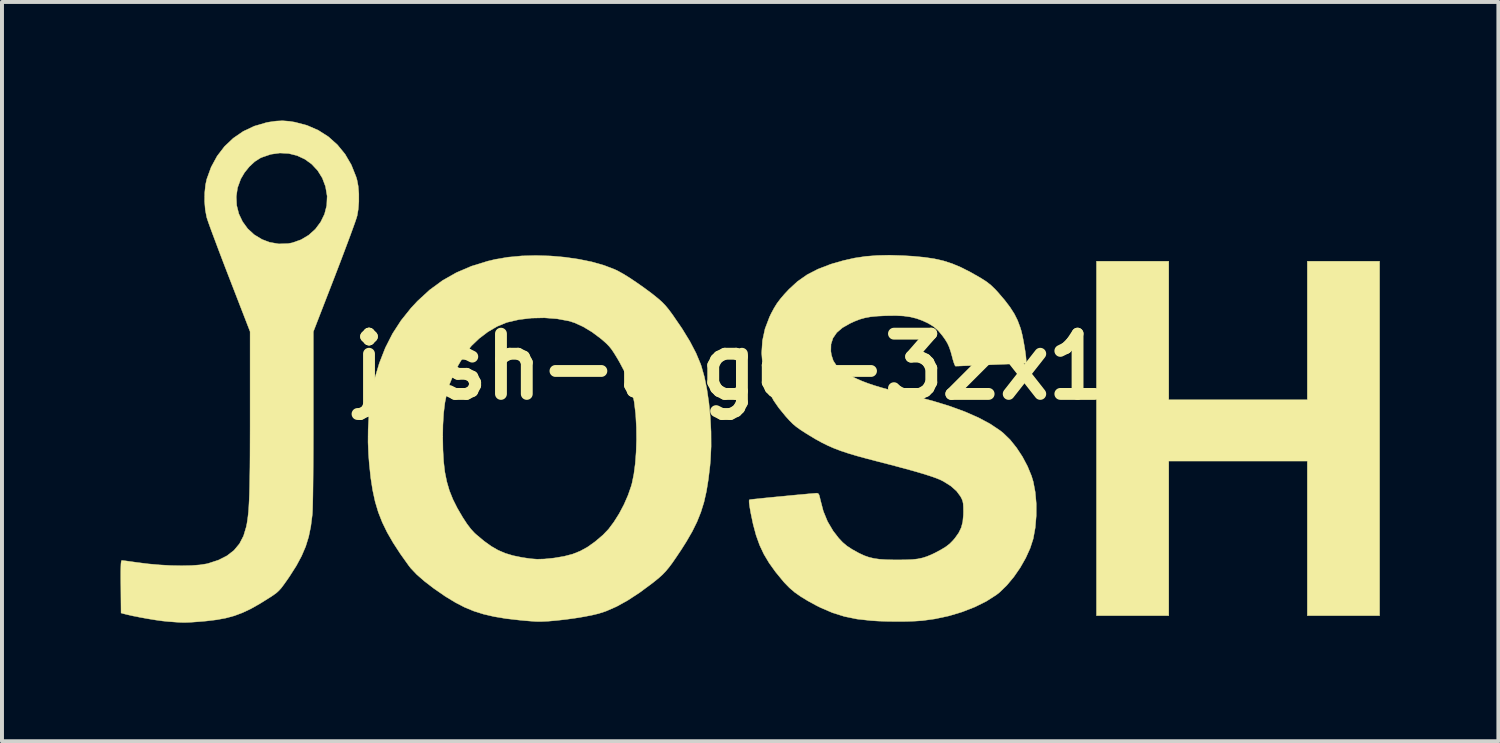
<source format=kicad_pcb>
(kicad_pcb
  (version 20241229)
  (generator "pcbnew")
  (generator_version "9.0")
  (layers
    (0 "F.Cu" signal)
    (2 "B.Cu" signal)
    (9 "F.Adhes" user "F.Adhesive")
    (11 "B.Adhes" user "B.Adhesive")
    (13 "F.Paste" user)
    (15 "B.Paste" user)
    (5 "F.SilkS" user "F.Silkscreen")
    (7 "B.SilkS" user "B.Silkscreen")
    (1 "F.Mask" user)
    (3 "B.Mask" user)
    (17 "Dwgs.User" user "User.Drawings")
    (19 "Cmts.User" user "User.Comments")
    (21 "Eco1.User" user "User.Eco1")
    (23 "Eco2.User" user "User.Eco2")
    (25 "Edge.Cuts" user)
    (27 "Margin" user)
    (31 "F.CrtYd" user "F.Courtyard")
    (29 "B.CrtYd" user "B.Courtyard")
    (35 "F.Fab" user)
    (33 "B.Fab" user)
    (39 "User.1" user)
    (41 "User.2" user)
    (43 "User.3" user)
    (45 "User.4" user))
  (footprint "josh-logo-32x14"
    (layer "F.Cu")
    (at 16.155 6.226)
    (property "Reference" "josh-logo-32x14" (at 0 0 0) (layer "F.SilkS") (effects (font (size 1.524 1.524) (thickness 0.3))))
    (attr through_hole)
    (fp_poly (pts (xy 10.363 0.838) (xy 13.868 0.838) (xy 13.868 -2.667) (xy 15.697 -2.667) (xy 15.697 6.299) (xy 13.868 6.299) (xy 13.868 2.388) (xy 10.363 2.388) (xy 10.363 6.299) (xy 8.534 6.299) (xy 8.534 -2.667) (xy 10.363 -2.667) (xy 10.363 0.838)) (stroke (width 0.01) (type solid)) (fill yes) (layer "F.SilkS"))
    (fp_poly (pts (xy -11.886 -6.208) (xy -11.748 -6.186) (xy -11.439 -6.105) (xy -11.154 -5.981) (xy -10.897 -5.817) (xy -10.67 -5.614) (xy -10.475 -5.376) (xy -10.317 -5.105) (xy -10.197 -4.804) (xy -10.173 -4.724) (xy -10.143 -4.566) (xy -10.127 -4.376) (xy -10.127 -4.175) (xy -10.142 -3.981) (xy -10.171 -3.811) (xy -10.172 -3.81) (xy -10.19 -3.751) (xy -10.224 -3.65) (xy -10.274 -3.511) (xy -10.336 -3.34) (xy -10.41 -3.142) (xy -10.493 -2.921) (xy -10.583 -2.682) (xy -10.679 -2.432) (xy -10.748 -2.252) (xy -11.278 -0.885) (xy -11.278 1.293) (xy -11.278 1.701) (xy -11.279 2.08) (xy -11.281 2.428) (xy -11.283 2.741) (xy -11.286 3.019) (xy -11.289 3.257) (xy -11.293 3.453) (xy -11.297 3.606) (xy -11.302 3.711) (xy -11.305 3.748) (xy -11.342 4.04) (xy -11.396 4.303) (xy -11.472 4.549) (xy -11.575 4.789) (xy -11.707 5.035) (xy -11.874 5.297) (xy -11.933 5.384) (xy -12.019 5.505) (xy -12.086 5.595) (xy -12.146 5.662) (xy -12.206 5.718) (xy -12.279 5.772) (xy -12.373 5.835) (xy -12.385 5.842) (xy -12.636 5.999) (xy -12.861 6.126) (xy -13.071 6.225) (xy -13.277 6.302) (xy -13.491 6.36) (xy -13.723 6.403) (xy -13.986 6.435) (xy -14.162 6.45) (xy -14.305 6.461) (xy -14.414 6.468) (xy -14.504 6.471) (xy -14.587 6.471) (xy -14.678 6.468) (xy -14.79 6.46) (xy -14.937 6.449) (xy -14.961 6.447) (xy -15.097 6.433) (xy -15.268 6.409) (xy -15.458 6.378) (xy -15.652 6.343) (xy -15.836 6.307) (xy -15.994 6.271) (xy -16.066 6.253) (xy -16.142 6.232) (xy -16.148 5.567) (xy -16.15 5.358) (xy -16.15 5.195) (xy -16.148 5.073) (xy -16.145 4.988) (xy -16.139 4.934) (xy -16.13 4.907) (xy -16.123 4.902) (xy -16.087 4.906) (xy -16.011 4.915) (xy -15.906 4.93) (xy -15.781 4.947) (xy -15.748 4.952) (xy -15.455 4.989) (xy -15.163 5.015) (xy -14.878 5.031) (xy -14.61 5.036) (xy -14.365 5.031) (xy -14.153 5.015) (xy -13.979 4.988) (xy -13.941 4.979) (xy -13.68 4.894) (xy -13.463 4.784) (xy -13.286 4.647) (xy -13.147 4.48) (xy -13.044 4.282) (xy -12.975 4.052) (xy -12.958 3.969) (xy -12.944 3.879) (xy -12.931 3.781) (xy -12.919 3.67) (xy -12.91 3.543) (xy -12.902 3.396) (xy -12.895 3.226) (xy -12.89 3.03) (xy -12.886 2.803) (xy -12.882 2.542) (xy -12.88 2.245) (xy -12.879 1.906) (xy -12.878 1.523) (xy -12.878 1.152) (xy -12.878 -0.887) (xy -13.402 -2.24) (xy -13.501 -2.496) (xy -13.595 -2.742) (xy -13.683 -2.974) (xy -13.763 -3.188) (xy -13.834 -3.377) (xy -13.893 -3.538) (xy -13.938 -3.664) (xy -13.967 -3.751) (xy -13.977 -3.785) (xy -14.012 -3.97) (xy -14.029 -4.18) (xy -14.027 -4.302) (xy -13.228 -4.302) (xy -13.217 -4.08) (xy -13.163 -3.867) (xy -13.069 -3.669) (xy -12.939 -3.491) (xy -12.774 -3.339) (xy -12.578 -3.22) (xy -12.387 -3.147) (xy -12.152 -3.106) (xy -11.916 -3.114) (xy -11.811 -3.134) (xy -11.591 -3.211) (xy -11.395 -3.328) (xy -11.227 -3.479) (xy -11.093 -3.659) (xy -10.995 -3.86) (xy -10.939 -4.078) (xy -10.929 -4.306) (xy -10.929 -4.317) (xy -10.97 -4.557) (xy -11.051 -4.773) (xy -11.169 -4.962) (xy -11.318 -5.122) (xy -11.493 -5.249) (xy -11.689 -5.34) (xy -11.901 -5.393) (xy -12.124 -5.405) (xy -12.354 -5.373) (xy -12.584 -5.294) (xy -12.623 -5.276) (xy -12.762 -5.187) (xy -12.898 -5.06) (xy -13.02 -4.909) (xy -13.114 -4.749) (xy -13.195 -4.527) (xy -13.228 -4.302) (xy -14.027 -4.302) (xy -14.026 -4.398) (xy -14.005 -4.602) (xy -13.974 -4.745) (xy -13.863 -5.05) (xy -13.712 -5.327) (xy -13.525 -5.571) (xy -13.303 -5.781) (xy -13.052 -5.953) (xy -12.772 -6.085) (xy -12.468 -6.174) (xy -12.408 -6.186) (xy -12.221 -6.213) (xy -12.055 -6.221) (xy -11.886 -6.208)) (stroke (width 0.01) (type solid)) (fill yes) (layer "F.SilkS"))
    (fp_poly (pts (xy -5.283 -2.801) (xy -4.919 -2.77) (xy -4.566 -2.719) (xy -4.232 -2.651) (xy -3.926 -2.564) (xy -3.656 -2.461) (xy -3.569 -2.419) (xy -3.439 -2.347) (xy -3.28 -2.249) (xy -3.104 -2.131) (xy -2.92 -2.002) (xy -2.738 -1.868) (xy -2.679 -1.822) (xy -2.554 -1.721) (xy -2.456 -1.634) (xy -2.372 -1.547) (xy -2.288 -1.446) (xy -2.192 -1.316) (xy -2.188 -1.31) (xy -1.949 -0.962) (xy -1.752 -0.64) (xy -1.597 -0.343) (xy -1.482 -0.069) (xy -1.463 -0.015) (xy -1.385 0.26) (xy -1.321 0.575) (xy -1.271 0.918) (xy -1.236 1.279) (xy -1.217 1.648) (xy -1.215 2.015) (xy -1.232 2.368) (xy -1.243 2.502) (xy -1.284 2.847) (xy -1.333 3.151) (xy -1.395 3.426) (xy -1.474 3.68) (xy -1.572 3.925) (xy -1.693 4.17) (xy -1.841 4.426) (xy -1.974 4.636) (xy -2.094 4.815) (xy -2.194 4.96) (xy -2.281 5.077) (xy -2.362 5.174) (xy -2.444 5.26) (xy -2.534 5.341) (xy -2.639 5.427) (xy -2.697 5.473) (xy -3.023 5.715) (xy -3.326 5.913) (xy -3.61 6.07) (xy -3.876 6.186) (xy -4.06 6.246) (xy -4.227 6.286) (xy -4.429 6.325) (xy -4.653 6.362) (xy -4.886 6.394) (xy -5.115 6.42) (xy -5.328 6.439) (xy -5.512 6.448) (xy -5.601 6.448) (xy -5.675 6.445) (xy -5.785 6.437) (xy -5.917 6.426) (xy -6.056 6.413) (xy -6.065 6.412) (xy -6.405 6.373) (xy -6.704 6.323) (xy -6.972 6.261) (xy -7.217 6.184) (xy -7.449 6.088) (xy -7.678 5.97) (xy -7.912 5.828) (xy -7.95 5.804) (xy -8.228 5.612) (xy -8.465 5.43) (xy -8.66 5.26) (xy -8.809 5.103) (xy -8.864 5.034) (xy -9.078 4.733) (xy -9.259 4.455) (xy -9.41 4.193) (xy -9.534 3.938) (xy -9.635 3.681) (xy -9.715 3.413) (xy -9.777 3.126) (xy -9.826 2.811) (xy -9.863 2.46) (xy -9.881 2.229) (xy -9.894 1.913) (xy -9.893 1.763) (xy -8.004 1.763) (xy -7.999 2.103) (xy -7.982 2.401) (xy -7.951 2.667) (xy -7.902 2.909) (xy -7.836 3.135) (xy -7.748 3.355) (xy -7.637 3.577) (xy -7.501 3.81) (xy -7.499 3.813) (xy -7.391 3.978) (xy -7.293 4.107) (xy -7.198 4.21) (xy -7.157 4.247) (xy -6.961 4.411) (xy -6.781 4.541) (xy -6.606 4.642) (xy -6.425 4.72) (xy -6.226 4.78) (xy -5.997 4.827) (xy -5.779 4.859) (xy -5.617 4.871) (xy -5.433 4.866) (xy -5.215 4.844) (xy -5.182 4.84) (xy -4.934 4.798) (xy -4.719 4.742) (xy -4.526 4.665) (xy -4.341 4.563) (xy -4.154 4.43) (xy -3.952 4.259) (xy -3.947 4.254) (xy -3.81 4.111) (xy -3.673 3.927) (xy -3.54 3.716) (xy -3.419 3.487) (xy -3.316 3.251) (xy -3.236 3.02) (xy -3.215 2.944) (xy -3.169 2.717) (xy -3.134 2.452) (xy -3.112 2.159) (xy -3.102 1.849) (xy -3.105 1.534) (xy -3.122 1.224) (xy -3.126 1.181) (xy -3.16 0.896) (xy -3.212 0.638) (xy -3.287 0.395) (xy -3.391 0.152) (xy -3.526 -0.104) (xy -3.586 -0.208) (xy -3.665 -0.337) (xy -3.729 -0.433) (xy -3.791 -0.511) (xy -3.859 -0.582) (xy -3.945 -0.659) (xy -4.012 -0.715) (xy -4.229 -0.877) (xy -4.45 -1.01) (xy -4.666 -1.109) (xy -4.809 -1.155) (xy -5.11 -1.211) (xy -5.432 -1.236) (xy -5.758 -1.229) (xy -6.076 -1.191) (xy -6.369 -1.123) (xy -6.401 -1.113) (xy -6.631 -1.017) (xy -6.862 -0.881) (xy -7.081 -0.715) (xy -7.277 -0.528) (xy -7.436 -0.329) (xy -7.465 -0.285) (xy -7.612 -0.036) (xy -7.732 0.199) (xy -7.827 0.428) (xy -7.898 0.661) (xy -7.949 0.907) (xy -7.982 1.177) (xy -8 1.478) (xy -8.004 1.763) (xy -9.893 1.763) (xy -9.891 1.579) (xy -9.873 1.241) (xy -9.84 0.913) (xy -9.794 0.607) (xy -9.738 0.343) (xy -9.61 -0.086) (xy -9.457 -0.477) (xy -9.275 -0.835) (xy -9.059 -1.168) (xy -8.807 -1.483) (xy -8.642 -1.66) (xy -8.336 -1.941) (xy -8.01 -2.18) (xy -7.659 -2.379) (xy -7.279 -2.542) (xy -6.864 -2.67) (xy -6.67 -2.716) (xy -6.351 -2.77) (xy -6.008 -2.802) (xy -5.649 -2.812) (xy -5.283 -2.801)) (stroke (width 0.01) (type solid)) (fill yes) (layer "F.SilkS"))
    (fp_poly (pts (xy 3.643 -2.809) (xy 3.894 -2.794) (xy 4.179 -2.767) (xy 4.43 -2.73) (xy 4.66 -2.678) (xy 4.881 -2.607) (xy 5.105 -2.513) (xy 5.342 -2.393) (xy 5.605 -2.243) (xy 5.61 -2.24) (xy 5.748 -2.152) (xy 5.863 -2.062) (xy 5.974 -1.955) (xy 6.042 -1.881) (xy 6.213 -1.681) (xy 6.349 -1.502) (xy 6.456 -1.335) (xy 6.539 -1.169) (xy 6.604 -0.995) (xy 6.63 -0.91) (xy 6.656 -0.804) (xy 6.683 -0.67) (xy 6.709 -0.525) (xy 6.732 -0.382) (xy 6.748 -0.257) (xy 6.756 -0.163) (xy 6.756 -0.15) (xy 6.756 -0.084) (xy 5.874 -0.049) (xy 5.667 -0.041) (xy 5.475 -0.033) (xy 5.306 -0.026) (xy 5.164 -0.021) (xy 5.057 -0.016) (xy 4.989 -0.014) (xy 4.967 -0.013) (xy 4.951 -0.036) (xy 4.927 -0.097) (xy 4.9 -0.185) (xy 4.889 -0.229) (xy 4.848 -0.378) (xy 4.809 -0.493) (xy 4.765 -0.59) (xy 4.708 -0.684) (xy 4.639 -0.781) (xy 4.531 -0.911) (xy 4.415 -1.013) (xy 4.276 -1.098) (xy 4.13 -1.166) (xy 3.98 -1.22) (xy 3.826 -1.258) (xy 3.656 -1.282) (xy 3.46 -1.292) (xy 3.227 -1.289) (xy 3.188 -1.288) (xy 2.986 -1.278) (xy 2.822 -1.262) (xy 2.68 -1.236) (xy 2.548 -1.199) (xy 2.412 -1.146) (xy 2.301 -1.095) (xy 2.109 -0.986) (xy 1.965 -0.863) (xy 1.868 -0.723) (xy 1.818 -0.567) (xy 1.814 -0.391) (xy 1.829 -0.293) (xy 1.877 -0.147) (xy 1.961 -0.021) (xy 2.086 0.091) (xy 2.211 0.172) (xy 2.338 0.242) (xy 2.465 0.305) (xy 2.597 0.363) (xy 2.741 0.418) (xy 2.903 0.473) (xy 3.088 0.529) (xy 3.304 0.589) (xy 3.556 0.654) (xy 3.851 0.727) (xy 3.899 0.738) (xy 4.384 0.865) (xy 4.819 0.998) (xy 5.207 1.14) (xy 5.547 1.289) (xy 5.841 1.446) (xy 6.091 1.613) (xy 6.179 1.683) (xy 6.348 1.847) (xy 6.511 2.05) (xy 6.661 2.278) (xy 6.79 2.521) (xy 6.89 2.764) (xy 6.935 2.911) (xy 6.985 3.176) (xy 7.011 3.469) (xy 7.01 3.773) (xy 6.985 4.072) (xy 6.935 4.348) (xy 6.933 4.356) (xy 6.856 4.593) (xy 6.744 4.84) (xy 6.604 5.086) (xy 6.442 5.32) (xy 6.266 5.531) (xy 6.085 5.707) (xy 5.998 5.775) (xy 5.748 5.935) (xy 5.458 6.079) (xy 5.138 6.204) (xy 4.798 6.306) (xy 4.447 6.381) (xy 4.129 6.425) (xy 3.948 6.437) (xy 3.731 6.445) (xy 3.493 6.447) (xy 3.248 6.444) (xy 3.013 6.436) (xy 2.828 6.424) (xy 2.477 6.385) (xy 2.158 6.32) (xy 1.858 6.226) (xy 1.563 6.1) (xy 1.448 6.043) (xy 1.228 5.923) (xy 1.047 5.812) (xy 0.895 5.705) (xy 0.765 5.593) (xy 0.646 5.471) (xy 0.615 5.436) (xy 0.416 5.194) (xy 0.253 4.967) (xy 0.12 4.744) (xy 0.012 4.514) (xy -0.077 4.266) (xy -0.152 3.987) (xy -0.212 3.7) (xy -0.238 3.551) (xy -0.252 3.447) (xy -0.254 3.387) (xy -0.244 3.365) (xy -0.213 3.361) (xy -0.138 3.352) (xy -0.028 3.341) (xy 0.111 3.326) (xy 0.272 3.31) (xy 0.446 3.293) (xy 0.628 3.276) (xy 0.808 3.258) (xy 0.98 3.242) (xy 1.137 3.228) (xy 1.272 3.215) (xy 1.376 3.207) (xy 1.443 3.201) (xy 1.463 3.2) (xy 1.493 3.209) (xy 1.516 3.242) (xy 1.535 3.309) (xy 1.546 3.359) (xy 1.623 3.654) (xy 1.73 3.916) (xy 1.871 4.155) (xy 2.011 4.336) (xy 2.111 4.443) (xy 2.22 4.535) (xy 2.351 4.621) (xy 2.515 4.712) (xy 2.541 4.725) (xy 2.662 4.781) (xy 2.78 4.822) (xy 2.906 4.852) (xy 3.049 4.872) (xy 3.221 4.883) (xy 3.431 4.888) (xy 3.493 4.888) (xy 3.7 4.886) (xy 3.868 4.879) (xy 4.008 4.864) (xy 4.129 4.839) (xy 4.243 4.803) (xy 4.361 4.754) (xy 4.453 4.71) (xy 4.608 4.627) (xy 4.728 4.553) (xy 4.824 4.478) (xy 4.908 4.392) (xy 4.953 4.339) (xy 5.049 4.204) (xy 5.113 4.072) (xy 5.151 3.926) (xy 5.167 3.753) (xy 5.169 3.67) (xy 5.167 3.55) (xy 5.162 3.465) (xy 5.149 3.401) (xy 5.126 3.342) (xy 5.095 3.283) (xy 4.994 3.147) (xy 4.848 3.018) (xy 4.663 2.902) (xy 4.598 2.869) (xy 4.497 2.826) (xy 4.354 2.775) (xy 4.169 2.716) (xy 3.939 2.648) (xy 3.664 2.572) (xy 3.342 2.486) (xy 3.023 2.404) (xy 2.728 2.327) (xy 2.475 2.258) (xy 2.257 2.193) (xy 2.067 2.13) (xy 1.896 2.065) (xy 1.738 1.996) (xy 1.584 1.92) (xy 1.428 1.834) (xy 1.262 1.734) (xy 1.181 1.684) (xy 1.045 1.596) (xy 0.94 1.521) (xy 0.852 1.447) (xy 0.767 1.362) (xy 0.67 1.254) (xy 0.664 1.247) (xy 0.498 1.044) (xy 0.368 0.857) (xy 0.268 0.673) (xy 0.193 0.479) (xy 0.136 0.263) (xy 0.093 0.012) (xy 0.089 -0.017) (xy 0.064 -0.347) (xy 0.084 -0.659) (xy 0.149 -0.959) (xy 0.262 -1.256) (xy 0.305 -1.346) (xy 0.378 -1.482) (xy 0.451 -1.6) (xy 0.536 -1.713) (xy 0.64 -1.835) (xy 0.754 -1.957) (xy 0.97 -2.156) (xy 1.211 -2.325) (xy 1.486 -2.467) (xy 1.8 -2.588) (xy 1.853 -2.605) (xy 2.137 -2.686) (xy 2.414 -2.748) (xy 2.693 -2.79) (xy 2.984 -2.813) (xy 3.297 -2.82) (xy 3.643 -2.809)) (stroke (width 0.01) (type solid)) (fill yes) (layer "F.SilkS")))
  (gr_rect
    (start -3 -3)
    (end 34.857 15.702)
    (stroke (width 0.1) (type default))
    (fill no)
    (layer "Edge.Cuts")))
</source>
